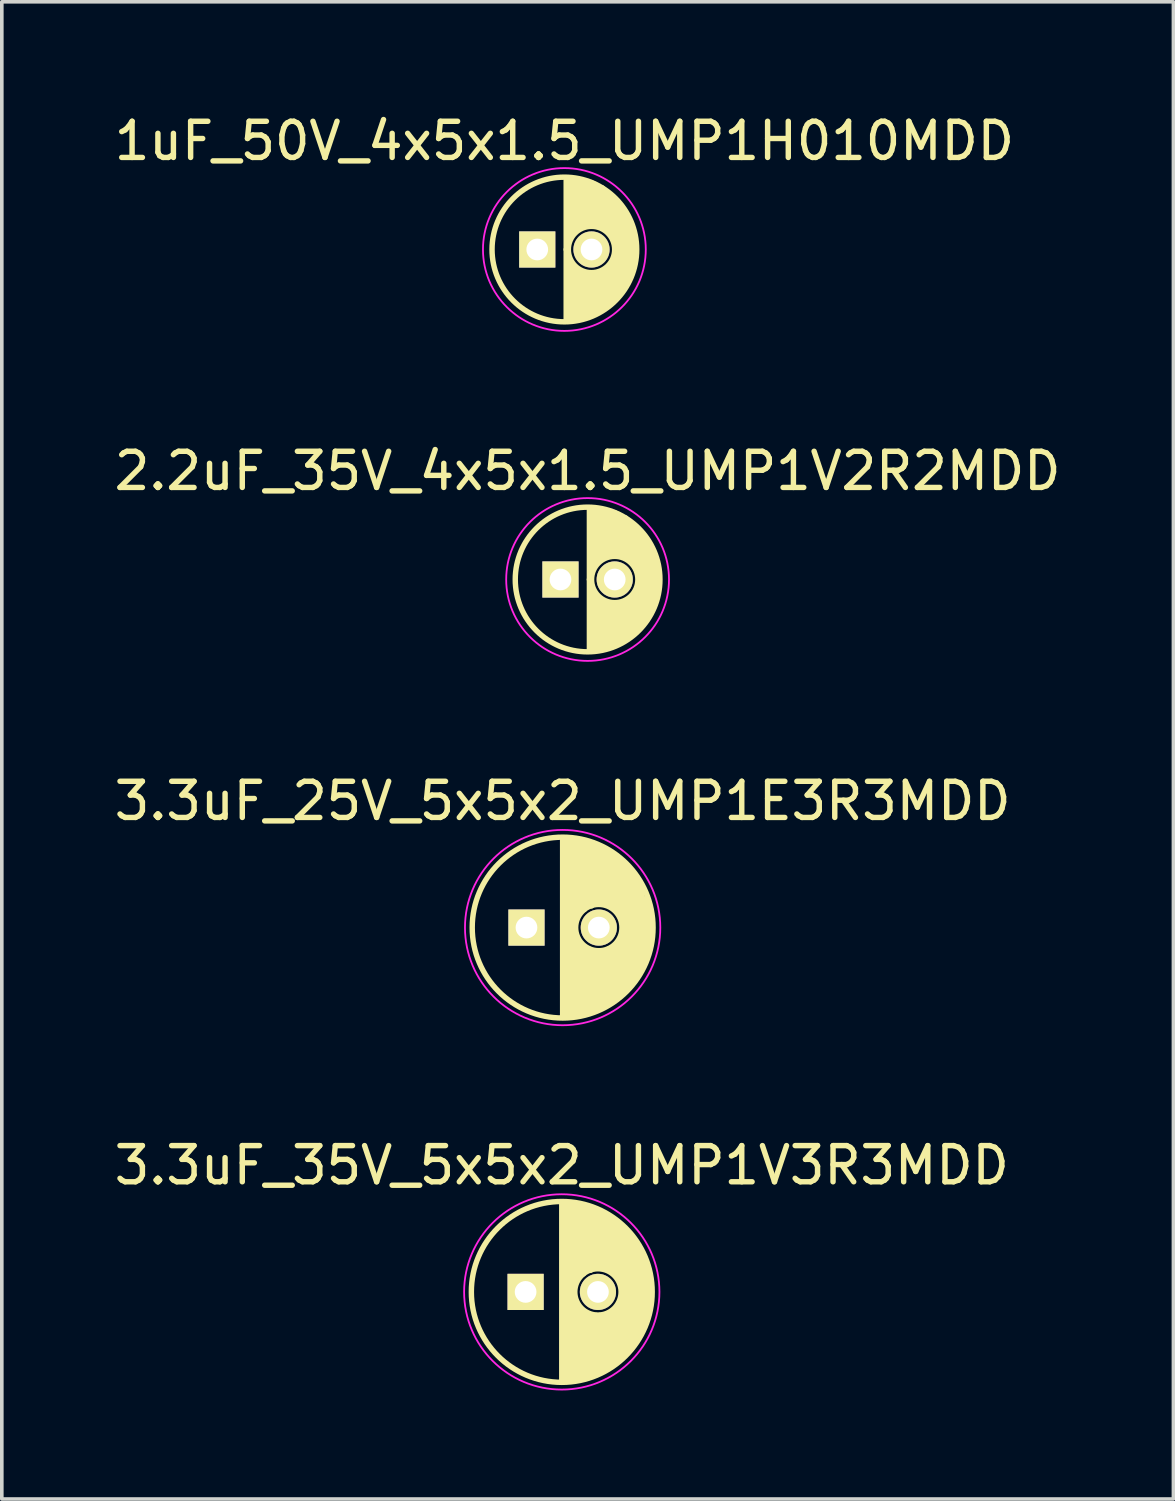
<source format=kicad_pcb>
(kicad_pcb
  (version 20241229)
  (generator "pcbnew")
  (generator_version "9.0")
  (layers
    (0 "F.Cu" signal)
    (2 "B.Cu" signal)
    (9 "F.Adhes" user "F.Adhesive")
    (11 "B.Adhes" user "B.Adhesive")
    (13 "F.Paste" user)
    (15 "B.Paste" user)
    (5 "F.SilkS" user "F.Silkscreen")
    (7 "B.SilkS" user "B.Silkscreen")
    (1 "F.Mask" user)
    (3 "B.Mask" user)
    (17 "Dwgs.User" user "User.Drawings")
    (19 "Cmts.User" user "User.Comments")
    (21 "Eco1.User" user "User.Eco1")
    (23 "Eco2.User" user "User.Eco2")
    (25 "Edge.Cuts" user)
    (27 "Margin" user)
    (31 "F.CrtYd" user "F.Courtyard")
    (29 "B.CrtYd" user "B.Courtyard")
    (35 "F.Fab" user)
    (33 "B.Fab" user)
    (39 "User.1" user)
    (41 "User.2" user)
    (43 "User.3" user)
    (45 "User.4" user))
  (footprint "2.2uF_35V_4x5x1.5_UMP1V2R2MDD"
    (layer "F.Cu")
    (at 13.196 12.972)
    (property "Reference" "2.2uF_35V_4x5x1.5_UMP1V2R2MDD" (at 0 -3 0) (layer "F.SilkS") (effects (font (size 1 1) (thickness 0.15))))
    (attr through_hole)
    (fp_line (start 0.05 0) (end 0.05 -1.95) (stroke (width 0.15) (type solid)) (layer "F.SilkS"))
    (fp_line (start 0.05 0) (end 0.05 1.95) (stroke (width 0.15) (type solid)) (layer "F.SilkS"))
    (fp_line (start 0.15 -1.95) (end 0.15 -0.35) (stroke (width 0.15) (type solid)) (layer "F.SilkS"))
    (fp_line (start 0.15 0.3) (end 0.15 1.95) (stroke (width 0.15) (type solid)) (layer "F.SilkS"))
    (fp_line (start 0.25 -0.5) (end 0.25 -1.9) (stroke (width 0.15) (type solid)) (layer "F.SilkS"))
    (fp_line (start 0.25 1.95) (end 0.25 0.45) (stroke (width 0.15) (type solid)) (layer "F.SilkS"))
    (fp_line (start 0.35 -1.95) (end 0.35 -0.55) (stroke (width 0.15) (type solid)) (layer "F.SilkS"))
    (fp_line (start 0.35 0.55) (end 0.35 1.95) (stroke (width 0.15) (type solid)) (layer "F.SilkS"))
    (fp_line (start 0.45 -0.6) (end 0.45 -1.9) (stroke (width 0.15) (type solid)) (layer "F.SilkS"))
    (fp_line (start 0.45 1.9) (end 0.45 0.6) (stroke (width 0.15) (type solid)) (layer "F.SilkS"))
    (fp_line (start 0.55 -1.9) (end 0.55 -0.7) (stroke (width 0.15) (type solid)) (layer "F.SilkS"))
    (fp_line (start 0.55 0.65) (end 0.55 1.85) (stroke (width 0.15) (type solid)) (layer "F.SilkS"))
    (fp_line (start 0.65 -0.65) (end 0.65 -1.85) (stroke (width 0.15) (type solid)) (layer "F.SilkS"))
    (fp_line (start 0.65 1.85) (end 0.65 0.65) (stroke (width 0.15) (type solid)) (layer "F.SilkS"))
    (fp_line (start 0.75 -1.85) (end 0.75 -0.7) (stroke (width 0.15) (type solid)) (layer "F.SilkS"))
    (fp_line (start 0.75 1.8) (end 0.75 0.7) (stroke (width 0.15) (type solid)) (layer "F.SilkS"))
    (fp_line (start 0.85 -1.8) (end 0.85 -0.7) (stroke (width 0.15) (type solid)) (layer "F.SilkS"))
    (fp_line (start 0.85 0.65) (end 0.85 1.75) (stroke (width 0.15) (type solid)) (layer "F.SilkS"))
    (fp_line (start 0.95 -0.65) (end 0.95 -1.7) (stroke (width 0.15) (type solid)) (layer "F.SilkS"))
    (fp_line (start 0.95 1.7) (end 0.95 0.7) (stroke (width 0.15) (type solid)) (layer "F.SilkS"))
    (fp_line (start 1.05 -1.7) (end 1.05 -0.6) (stroke (width 0.15) (type solid)) (layer "F.SilkS"))
    (fp_line (start 1.05 0.6) (end 1.05 1.65) (stroke (width 0.15) (type solid)) (layer "F.SilkS"))
    (fp_line (start 1.15 -0.55) (end 1.15 -1.6) (stroke (width 0.15) (type solid)) (layer "F.SilkS"))
    (fp_line (start 1.15 1.6) (end 1.15 0.55) (stroke (width 0.15) (type solid)) (layer "F.SilkS"))
    (fp_line (start 1.25 -1.5) (end 1.25 -0.5) (stroke (width 0.15) (type solid)) (layer "F.SilkS"))
    (fp_line (start 1.25 0.45) (end 1.25 1.5) (stroke (width 0.15) (type solid)) (layer "F.SilkS"))
    (fp_line (start 1.35 -0.3) (end 1.35 -1.4) (stroke (width 0.15) (type solid)) (layer "F.SilkS"))
    (fp_line (start 1.35 1.45) (end 1.35 0.3) (stroke (width 0.15) (type solid)) (layer "F.SilkS"))
    (fp_line (start 1.45 1.35) (end 1.45 -1.3) (stroke (width 0.15) (type solid)) (layer "F.SilkS"))
    (fp_line (start 1.55 -1.2) (end 1.55 1.2) (stroke (width 0.15) (type solid)) (layer "F.SilkS"))
    (fp_line (start 1.65 1.1) (end 1.65 -1.05) (stroke (width 0.15) (type solid)) (layer "F.SilkS"))
    (fp_line (start 1.75 -0.85) (end 1.75 0.85) (stroke (width 0.15) (type solid)) (layer "F.SilkS"))
    (fp_line (start 1.85 0.65) (end 1.85 -0.65) (stroke (width 0.15) (type solid)) (layer "F.SilkS"))
    (fp_line (start 1.95 -0.2) (end 1.95 0.25) (stroke (width 0.15) (type solid)) (layer "F.SilkS"))
    (fp_circle (center 0 0) (end 0 2) (stroke (width 0.15) (type solid)) (fill no) (layer "F.SilkS"))
    (fp_circle (center 0.75 0) (end 1.15 0.5) (stroke (width 0.15) (type solid)) (fill no) (layer "F.SilkS"))
    (fp_circle (center 0 0) (end 0.05 2.25) (stroke (width 0.05) (type solid)) (fill no) (layer "F.CrtYd"))
    (pad "1" thru_hole rect (at -0.75 0) (size 1 1) (drill 0.6) (layers "*.Cu" "*.Mask" "F.SilkS"))
    (pad "2" thru_hole circle (at 0.75 0) (size 1 1) (drill 0.6) (layers "*.Cu" "*.Mask" "F.SilkS")))
  (footprint "1uF_50V_4x5x1.5_UMP1H010MDD"
    (layer "F.Cu")
    (at 12.554 3.848)
    (property "Reference" "1uF_50V_4x5x1.5_UMP1H010MDD" (at 0 -3 0) (layer "F.SilkS") (effects (font (size 1 1) (thickness 0.15))))
    (attr through_hole)
    (fp_line (start 0.05 0) (end 0.05 -1.95) (stroke (width 0.15) (type solid)) (layer "F.SilkS"))
    (fp_line (start 0.05 0) (end 0.05 1.95) (stroke (width 0.15) (type solid)) (layer "F.SilkS"))
    (fp_line (start 0.15 -1.95) (end 0.15 -0.35) (stroke (width 0.15) (type solid)) (layer "F.SilkS"))
    (fp_line (start 0.15 0.3) (end 0.15 1.95) (stroke (width 0.15) (type solid)) (layer "F.SilkS"))
    (fp_line (start 0.25 -0.5) (end 0.25 -1.9) (stroke (width 0.15) (type solid)) (layer "F.SilkS"))
    (fp_line (start 0.25 1.95) (end 0.25 0.45) (stroke (width 0.15) (type solid)) (layer "F.SilkS"))
    (fp_line (start 0.35 -1.95) (end 0.35 -0.55) (stroke (width 0.15) (type solid)) (layer "F.SilkS"))
    (fp_line (start 0.35 0.55) (end 0.35 1.95) (stroke (width 0.15) (type solid)) (layer "F.SilkS"))
    (fp_line (start 0.45 -0.6) (end 0.45 -1.9) (stroke (width 0.15) (type solid)) (layer "F.SilkS"))
    (fp_line (start 0.45 1.9) (end 0.45 0.6) (stroke (width 0.15) (type solid)) (layer "F.SilkS"))
    (fp_line (start 0.55 -1.9) (end 0.55 -0.7) (stroke (width 0.15) (type solid)) (layer "F.SilkS"))
    (fp_line (start 0.55 0.65) (end 0.55 1.85) (stroke (width 0.15) (type solid)) (layer "F.SilkS"))
    (fp_line (start 0.65 -0.65) (end 0.65 -1.85) (stroke (width 0.15) (type solid)) (layer "F.SilkS"))
    (fp_line (start 0.65 1.85) (end 0.65 0.65) (stroke (width 0.15) (type solid)) (layer "F.SilkS"))
    (fp_line (start 0.75 -1.85) (end 0.75 -0.7) (stroke (width 0.15) (type solid)) (layer "F.SilkS"))
    (fp_line (start 0.75 1.8) (end 0.75 0.7) (stroke (width 0.15) (type solid)) (layer "F.SilkS"))
    (fp_line (start 0.85 -1.8) (end 0.85 -0.7) (stroke (width 0.15) (type solid)) (layer "F.SilkS"))
    (fp_line (start 0.85 0.65) (end 0.85 1.75) (stroke (width 0.15) (type solid)) (layer "F.SilkS"))
    (fp_line (start 0.95 -0.65) (end 0.95 -1.7) (stroke (width 0.15) (type solid)) (layer "F.SilkS"))
    (fp_line (start 0.95 1.7) (end 0.95 0.7) (stroke (width 0.15) (type solid)) (layer "F.SilkS"))
    (fp_line (start 1.05 -1.7) (end 1.05 -0.6) (stroke (width 0.15) (type solid)) (layer "F.SilkS"))
    (fp_line (start 1.05 0.6) (end 1.05 1.65) (stroke (width 0.15) (type solid)) (layer "F.SilkS"))
    (fp_line (start 1.15 -0.55) (end 1.15 -1.6) (stroke (width 0.15) (type solid)) (layer "F.SilkS"))
    (fp_line (start 1.15 1.6) (end 1.15 0.55) (stroke (width 0.15) (type solid)) (layer "F.SilkS"))
    (fp_line (start 1.25 -1.5) (end 1.25 -0.5) (stroke (width 0.15) (type solid)) (layer "F.SilkS"))
    (fp_line (start 1.25 0.45) (end 1.25 1.5) (stroke (width 0.15) (type solid)) (layer "F.SilkS"))
    (fp_line (start 1.35 -0.3) (end 1.35 -1.4) (stroke (width 0.15) (type solid)) (layer "F.SilkS"))
    (fp_line (start 1.35 1.45) (end 1.35 0.3) (stroke (width 0.15) (type solid)) (layer "F.SilkS"))
    (fp_line (start 1.45 1.35) (end 1.45 -1.3) (stroke (width 0.15) (type solid)) (layer "F.SilkS"))
    (fp_line (start 1.55 -1.2) (end 1.55 1.2) (stroke (width 0.15) (type solid)) (layer "F.SilkS"))
    (fp_line (start 1.65 1.1) (end 1.65 -1.05) (stroke (width 0.15) (type solid)) (layer "F.SilkS"))
    (fp_line (start 1.75 -0.85) (end 1.75 0.85) (stroke (width 0.15) (type solid)) (layer "F.SilkS"))
    (fp_line (start 1.85 0.65) (end 1.85 -0.65) (stroke (width 0.15) (type solid)) (layer "F.SilkS"))
    (fp_line (start 1.95 -0.2) (end 1.95 0.25) (stroke (width 0.15) (type solid)) (layer "F.SilkS"))
    (fp_circle (center 0 0) (end 0 2) (stroke (width 0.15) (type solid)) (fill no) (layer "F.SilkS"))
    (fp_circle (center 0.75 0) (end 1.15 0.5) (stroke (width 0.15) (type solid)) (fill no) (layer "F.SilkS"))
    (fp_circle (center 0 0) (end 0.05 2.25) (stroke (width 0.05) (type solid)) (fill no) (layer "F.CrtYd"))
    (pad "1" thru_hole rect (at -0.75 0) (size 1 1) (drill 0.6) (layers "*.Cu" "*.Mask" "F.SilkS"))
    (pad "2" thru_hole circle (at 0.75 0) (size 1 1) (drill 0.6) (layers "*.Cu" "*.Mask" "F.SilkS")))
  (footprint "3.3uF_25V_5x5x2_UMP1E3R3MDD"
    (layer "F.Cu")
    (at 12.506 22.596)
    (property "Reference" "3.3uF_25V_5x5x2_UMP1E3R3MDD" (at 0 -3.5 0) (layer "F.SilkS") (effects (font (size 1 1) (thickness 0.15))))
    (attr through_hole)
    (fp_line (start 0 -2.45) (end 0 2.45) (stroke (width 0.15) (type solid)) (layer "F.SilkS"))
    (fp_line (start 0.1 2.45) (end 0.1 -2.45) (stroke (width 0.15) (type solid)) (layer "F.SilkS"))
    (fp_line (start 0.2 -2.45) (end 0.2 2.45) (stroke (width 0.15) (type solid)) (layer "F.SilkS"))
    (fp_line (start 0.3 2.45) (end 0.3 -2.4) (stroke (width 0.15) (type solid)) (layer "F.SilkS"))
    (fp_line (start 0.35 0.25) (end 0.35 2.45) (stroke (width 0.15) (type solid)) (layer "F.SilkS"))
    (fp_line (start 0.4 -2.4) (end 0.4 -0.35) (stroke (width 0.15) (type solid)) (layer "F.SilkS"))
    (fp_line (start 0.45 2.4) (end 0.45 0.4) (stroke (width 0.15) (type solid)) (layer "F.SilkS"))
    (fp_line (start 0.5 -0.45) (end 0.5 -2.4) (stroke (width 0.15) (type solid)) (layer "F.SilkS"))
    (fp_line (start 0.55 0.5) (end 0.55 2.35) (stroke (width 0.15) (type solid)) (layer "F.SilkS"))
    (fp_line (start 0.6 -2.35) (end 0.6 -0.5) (stroke (width 0.15) (type solid)) (layer "F.SilkS"))
    (fp_line (start 0.65 0.6) (end 0.65 2.35) (stroke (width 0.15) (type solid)) (layer "F.SilkS"))
    (fp_line (start 0.7 -0.6) (end 0.7 -2.35) (stroke (width 0.15) (type solid)) (layer "F.SilkS"))
    (fp_line (start 0.75 0.6) (end 0.75 2.3) (stroke (width 0.15) (type solid)) (layer "F.SilkS"))
    (fp_line (start 0.8 -2.3) (end 0.8 -0.6) (stroke (width 0.15) (type solid)) (layer "F.SilkS"))
    (fp_line (start 0.85 0.65) (end 0.85 2.3) (stroke (width 0.15) (type solid)) (layer "F.SilkS"))
    (fp_line (start 0.9 -0.65) (end 0.9 -2.25) (stroke (width 0.15) (type solid)) (layer "F.SilkS"))
    (fp_line (start 0.95 2.25) (end 0.95 0.65) (stroke (width 0.15) (type solid)) (layer "F.SilkS"))
    (fp_line (start 1 -2.25) (end 1 -0.7) (stroke (width 0.15) (type solid)) (layer "F.SilkS"))
    (fp_line (start 1.05 0.65) (end 1.05 2.2) (stroke (width 0.15) (type solid)) (layer "F.SilkS"))
    (fp_line (start 1.1 -0.65) (end 1.1 -2.15) (stroke (width 0.15) (type solid)) (layer "F.SilkS"))
    (fp_line (start 1.15 2.2) (end 1.15 0.65) (stroke (width 0.15) (type solid)) (layer "F.SilkS"))
    (fp_line (start 1.2 -2.15) (end 1.2 -0.7) (stroke (width 0.15) (type solid)) (layer "F.SilkS"))
    (fp_line (start 1.25 0.6) (end 1.25 2.1) (stroke (width 0.15) (type solid)) (layer "F.SilkS"))
    (fp_line (start 1.3 -0.6) (end 1.3 -2.05) (stroke (width 0.15) (type solid)) (layer "F.SilkS"))
    (fp_line (start 1.3 0.6) (end 1.3 2.1) (stroke (width 0.15) (type solid)) (layer "F.SilkS"))
    (fp_line (start 1.4 -2) (end 1.4 -0.55) (stroke (width 0.15) (type solid)) (layer "F.SilkS"))
    (fp_line (start 1.4 2) (end 1.4 0.55) (stroke (width 0.15) (type solid)) (layer "F.SilkS"))
    (fp_line (start 1.5 -1.95) (end 1.5 -0.5) (stroke (width 0.15) (type solid)) (layer "F.SilkS"))
    (fp_line (start 1.5 0.45) (end 1.5 1.95) (stroke (width 0.15) (type solid)) (layer "F.SilkS"))
    (fp_line (start 1.6 -1.85) (end 1.6 -0.35) (stroke (width 0.15) (type solid)) (layer "F.SilkS"))
    (fp_line (start 1.6 0.35) (end 1.6 1.85) (stroke (width 0.15) (type solid)) (layer "F.SilkS"))
    (fp_line (start 1.7 -1.75) (end 1.7 1.75) (stroke (width 0.15) (type solid)) (layer "F.SilkS"))
    (fp_line (start 1.8 1.7) (end 1.8 -1.7) (stroke (width 0.15) (type solid)) (layer "F.SilkS"))
    (fp_line (start 1.9 -1.55) (end 1.9 1.55) (stroke (width 0.15) (type solid)) (layer "F.SilkS"))
    (fp_line (start 2 1.45) (end 2 -1.4) (stroke (width 0.15) (type solid)) (layer "F.SilkS"))
    (fp_line (start 2.1 -1.25) (end 2.1 1.25) (stroke (width 0.15) (type solid)) (layer "F.SilkS"))
    (fp_line (start 2.2 1.1) (end 2.2 -1.05) (stroke (width 0.15) (type solid)) (layer "F.SilkS"))
    (fp_line (start 2.3 -0.8) (end 2.3 0.85) (stroke (width 0.15) (type solid)) (layer "F.SilkS"))
    (fp_line (start 2.4 0.55) (end 2.4 -0.55) (stroke (width 0.15) (type solid)) (layer "F.SilkS"))
    (fp_circle (center 0 0) (end 0 2.5) (stroke (width 0.15) (type solid)) (fill no) (layer "F.SilkS"))
    (fp_circle (center 1 0) (end 1.4 0.5) (stroke (width 0.15) (type solid)) (fill no) (layer "F.SilkS"))
    (fp_circle (center 0 0) (end 0 2.7) (stroke (width 0.05) (type solid)) (fill no) (layer "F.CrtYd"))
    (pad "1" thru_hole rect (at -1 0) (size 1 1) (drill 0.6) (layers "*.Cu" "*.Mask" "F.SilkS"))
    (pad "2" thru_hole circle (at 1 0) (size 1 1) (drill 0.6) (layers "*.Cu" "*.Mask" "F.SilkS")))
  (footprint "3.3uF_35V_5x5x2_UMP1V3R3MDD"
    (layer "F.Cu")
    (at 12.482 32.669)
    (property "Reference" "3.3uF_35V_5x5x2_UMP1V3R3MDD" (at 0 -3.5 0) (layer "F.SilkS") (effects (font (size 1 1) (thickness 0.15))))
    (attr through_hole)
    (fp_line (start 0 -2.45) (end 0 2.45) (stroke (width 0.15) (type solid)) (layer "F.SilkS"))
    (fp_line (start 0.1 2.45) (end 0.1 -2.45) (stroke (width 0.15) (type solid)) (layer "F.SilkS"))
    (fp_line (start 0.2 -2.45) (end 0.2 2.45) (stroke (width 0.15) (type solid)) (layer "F.SilkS"))
    (fp_line (start 0.3 2.45) (end 0.3 -2.4) (stroke (width 0.15) (type solid)) (layer "F.SilkS"))
    (fp_line (start 0.35 0.25) (end 0.35 2.45) (stroke (width 0.15) (type solid)) (layer "F.SilkS"))
    (fp_line (start 0.4 -2.4) (end 0.4 -0.35) (stroke (width 0.15) (type solid)) (layer "F.SilkS"))
    (fp_line (start 0.45 2.4) (end 0.45 0.4) (stroke (width 0.15) (type solid)) (layer "F.SilkS"))
    (fp_line (start 0.5 -0.45) (end 0.5 -2.4) (stroke (width 0.15) (type solid)) (layer "F.SilkS"))
    (fp_line (start 0.55 0.5) (end 0.55 2.35) (stroke (width 0.15) (type solid)) (layer "F.SilkS"))
    (fp_line (start 0.6 -2.35) (end 0.6 -0.5) (stroke (width 0.15) (type solid)) (layer "F.SilkS"))
    (fp_line (start 0.65 0.6) (end 0.65 2.35) (stroke (width 0.15) (type solid)) (layer "F.SilkS"))
    (fp_line (start 0.7 -0.6) (end 0.7 -2.35) (stroke (width 0.15) (type solid)) (layer "F.SilkS"))
    (fp_line (start 0.75 0.6) (end 0.75 2.3) (stroke (width 0.15) (type solid)) (layer "F.SilkS"))
    (fp_line (start 0.8 -2.3) (end 0.8 -0.6) (stroke (width 0.15) (type solid)) (layer "F.SilkS"))
    (fp_line (start 0.85 0.65) (end 0.85 2.3) (stroke (width 0.15) (type solid)) (layer "F.SilkS"))
    (fp_line (start 0.9 -0.65) (end 0.9 -2.25) (stroke (width 0.15) (type solid)) (layer "F.SilkS"))
    (fp_line (start 0.95 2.25) (end 0.95 0.65) (stroke (width 0.15) (type solid)) (layer "F.SilkS"))
    (fp_line (start 1 -2.25) (end 1 -0.7) (stroke (width 0.15) (type solid)) (layer "F.SilkS"))
    (fp_line (start 1.05 0.65) (end 1.05 2.2) (stroke (width 0.15) (type solid)) (layer "F.SilkS"))
    (fp_line (start 1.1 -0.65) (end 1.1 -2.15) (stroke (width 0.15) (type solid)) (layer "F.SilkS"))
    (fp_line (start 1.15 2.2) (end 1.15 0.65) (stroke (width 0.15) (type solid)) (layer "F.SilkS"))
    (fp_line (start 1.2 -2.15) (end 1.2 -0.7) (stroke (width 0.15) (type solid)) (layer "F.SilkS"))
    (fp_line (start 1.25 0.6) (end 1.25 2.1) (stroke (width 0.15) (type solid)) (layer "F.SilkS"))
    (fp_line (start 1.3 -0.6) (end 1.3 -2.05) (stroke (width 0.15) (type solid)) (layer "F.SilkS"))
    (fp_line (start 1.3 0.6) (end 1.3 2.1) (stroke (width 0.15) (type solid)) (layer "F.SilkS"))
    (fp_line (start 1.4 -2) (end 1.4 -0.55) (stroke (width 0.15) (type solid)) (layer "F.SilkS"))
    (fp_line (start 1.4 2) (end 1.4 0.55) (stroke (width 0.15) (type solid)) (layer "F.SilkS"))
    (fp_line (start 1.5 -1.95) (end 1.5 -0.5) (stroke (width 0.15) (type solid)) (layer "F.SilkS"))
    (fp_line (start 1.5 0.45) (end 1.5 1.95) (stroke (width 0.15) (type solid)) (layer "F.SilkS"))
    (fp_line (start 1.6 -1.85) (end 1.6 -0.35) (stroke (width 0.15) (type solid)) (layer "F.SilkS"))
    (fp_line (start 1.6 0.35) (end 1.6 1.85) (stroke (width 0.15) (type solid)) (layer "F.SilkS"))
    (fp_line (start 1.7 -1.75) (end 1.7 1.75) (stroke (width 0.15) (type solid)) (layer "F.SilkS"))
    (fp_line (start 1.8 1.7) (end 1.8 -1.7) (stroke (width 0.15) (type solid)) (layer "F.SilkS"))
    (fp_line (start 1.9 -1.55) (end 1.9 1.55) (stroke (width 0.15) (type solid)) (layer "F.SilkS"))
    (fp_line (start 2 1.45) (end 2 -1.4) (stroke (width 0.15) (type solid)) (layer "F.SilkS"))
    (fp_line (start 2.1 -1.25) (end 2.1 1.25) (stroke (width 0.15) (type solid)) (layer "F.SilkS"))
    (fp_line (start 2.2 1.1) (end 2.2 -1.05) (stroke (width 0.15) (type solid)) (layer "F.SilkS"))
    (fp_line (start 2.3 -0.8) (end 2.3 0.85) (stroke (width 0.15) (type solid)) (layer "F.SilkS"))
    (fp_line (start 2.4 0.55) (end 2.4 -0.55) (stroke (width 0.15) (type solid)) (layer "F.SilkS"))
    (fp_circle (center 0 0) (end 0 2.5) (stroke (width 0.15) (type solid)) (fill no) (layer "F.SilkS"))
    (fp_circle (center 1 0) (end 1.4 0.5) (stroke (width 0.15) (type solid)) (fill no) (layer "F.SilkS"))
    (fp_circle (center 0 0) (end 0 2.7) (stroke (width 0.05) (type solid)) (fill no) (layer "F.CrtYd"))
    (pad "1" thru_hole rect (at -1 0) (size 1 1) (drill 0.6) (layers "*.Cu" "*.Mask" "F.SilkS"))
    (pad "2" thru_hole circle (at 1 0) (size 1 1) (drill 0.6) (layers "*.Cu" "*.Mask" "F.SilkS")))
  (gr_rect
    (start -3 -3)
    (end 29.393 38.394)
    (stroke (width 0.1) (type default))
    (fill no)
    (layer "Edge.Cuts")))
</source>
